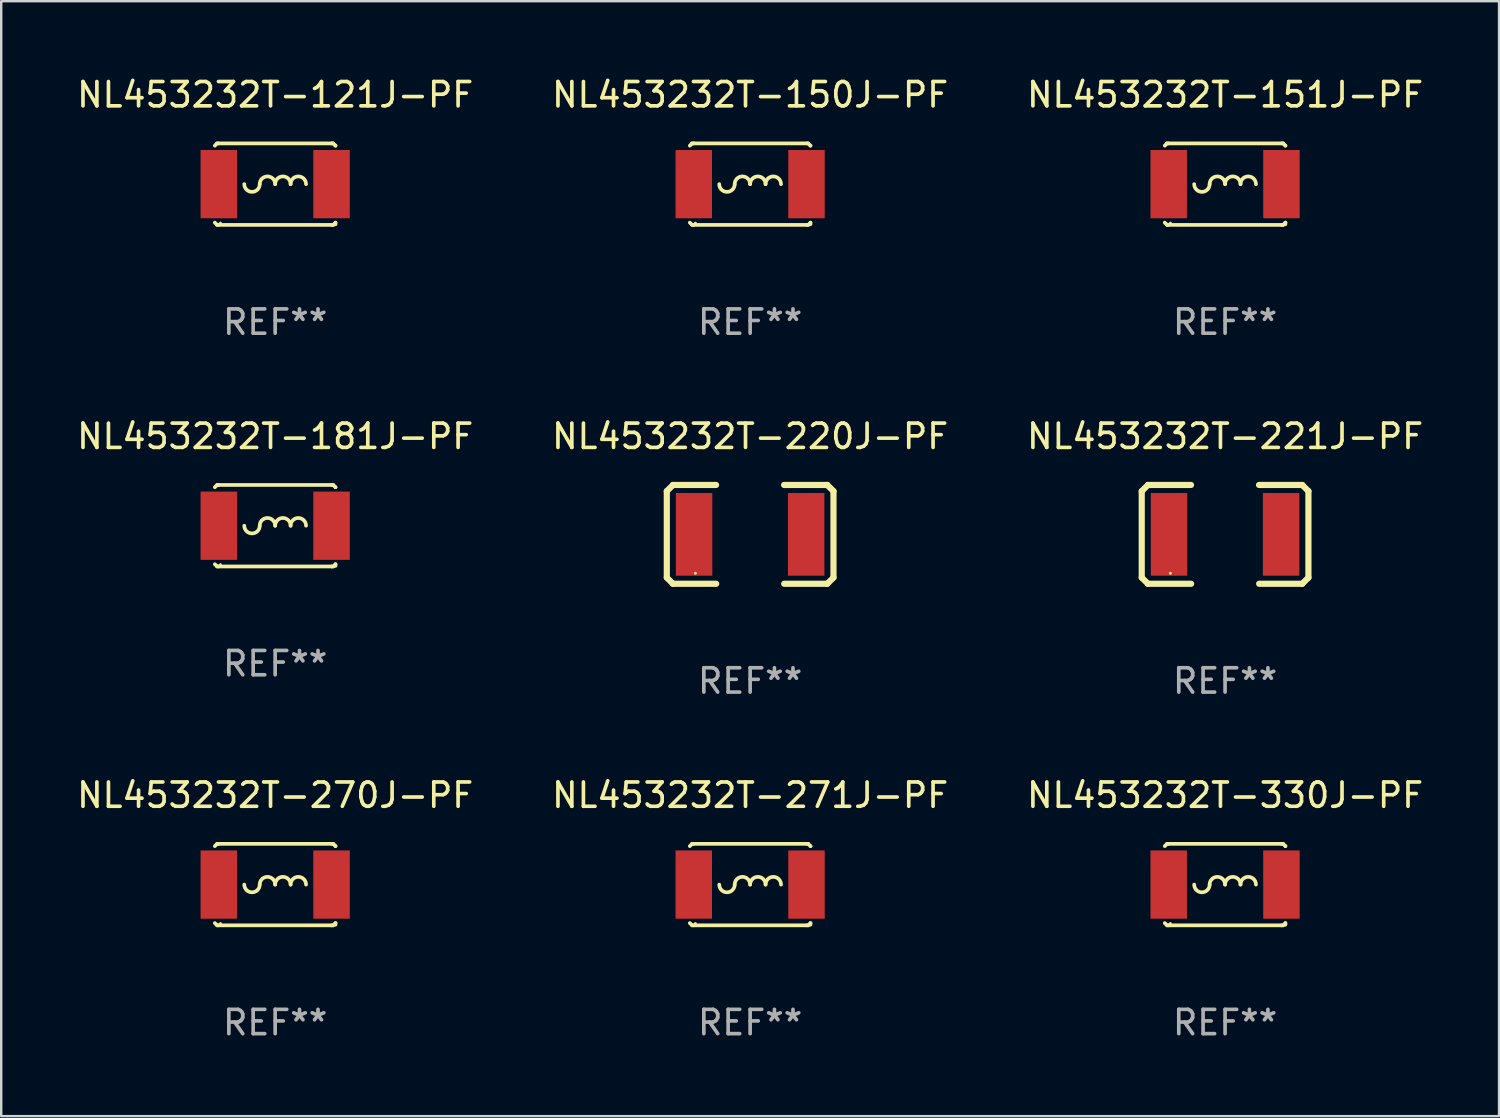
<source format=kicad_pcb>
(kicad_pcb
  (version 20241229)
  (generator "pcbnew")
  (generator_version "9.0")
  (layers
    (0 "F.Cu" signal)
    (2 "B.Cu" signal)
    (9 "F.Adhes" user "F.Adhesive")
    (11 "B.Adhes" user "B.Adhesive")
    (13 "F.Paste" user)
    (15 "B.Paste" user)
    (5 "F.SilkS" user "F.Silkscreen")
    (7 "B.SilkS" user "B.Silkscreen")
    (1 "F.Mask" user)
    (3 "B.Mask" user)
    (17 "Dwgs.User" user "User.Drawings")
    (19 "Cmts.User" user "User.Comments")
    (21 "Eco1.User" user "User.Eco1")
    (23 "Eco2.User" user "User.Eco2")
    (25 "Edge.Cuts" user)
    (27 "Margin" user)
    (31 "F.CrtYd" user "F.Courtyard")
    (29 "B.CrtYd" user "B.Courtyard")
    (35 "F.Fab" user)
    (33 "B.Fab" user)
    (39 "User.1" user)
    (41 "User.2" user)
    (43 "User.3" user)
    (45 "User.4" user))
  (footprint "NL453232T-220J-PF"
    (layer "F.Cu")
    (at 27.804 18.929)
    (property "Reference" "NL453232T-220J-PF" (at 0 -4.032 0) (layer "F.SilkS") (effects (font (size 1 1) (thickness 0.15))))
    (attr through_hole)
    (fp_line (start -3.428 -1.778) (end -3.174 -2.032) (stroke (width 0.254) (type solid)) (layer "F.SilkS"))
    (fp_line (start -3.428 1.778) (end -3.428 -1.778) (stroke (width 0.254) (type solid)) (layer "F.SilkS"))
    (fp_line (start -3.174 -2.032) (end -1.401 -2.032) (stroke (width 0.254) (type solid)) (layer "F.SilkS"))
    (fp_line (start -3.174 2.032) (end -3.428 1.778) (stroke (width 0.254) (type solid)) (layer "F.SilkS"))
    (fp_line (start -1.396 2.032) (end -3.174 2.032) (stroke (width 0.254) (type solid)) (layer "F.SilkS"))
    (fp_line (start 1.396 -2.032) (end 3.174 -2.032) (stroke (width 0.254) (type solid)) (layer "F.SilkS"))
    (fp_line (start 3.174 -2.032) (end 3.428 -1.778) (stroke (width 0.254) (type solid)) (layer "F.SilkS"))
    (fp_line (start 3.174 2.032) (end 1.401 2.032) (stroke (width 0.254) (type solid)) (layer "F.SilkS"))
    (fp_line (start 3.428 -1.778) (end 3.428 1.778) (stroke (width 0.254) (type solid)) (layer "F.SilkS"))
    (fp_line (start 3.428 1.778) (end 3.174 2.032) (stroke (width 0.254) (type solid)) (layer "F.SilkS"))
    (fp_circle (center -2.25 1.6) (end -2.22 1.6) (stroke (width 0.06) (type solid)) (fill no) (layer "F.SilkS"))
    (fp_text user "REF**" (at 0 6.032 0) (layer "F.Fab") (effects (font (size 1 1) (thickness 0.15))))
    (pad "1" smd rect (at -2.305 0) (size 1.5 3.4) (layers "F.Cu" "F.Mask" "F.Paste"))
    (pad "2" smd rect (at 2.305 0) (size 1.5 3.4) (layers "F.Cu" "F.Mask" "F.Paste")))
  (footprint "NL453232T-181J-PF"
    (layer "F.Cu")
    (at 8.268 18.573)
    (property "Reference" "NL453232T-181J-PF" (at 0 -3.676 0) (layer "F.SilkS") (effects (font (size 1 1) (thickness 0.15))))
    (attr through_hole)
    (fp_line (start -2.388 -1.676) (end -2.481 -1.583) (stroke (width 0.152) (type solid)) (layer "F.SilkS"))
    (fp_line (start -2.388 1.676) (end -2.481 1.583) (stroke (width 0.152) (type solid)) (layer "F.SilkS"))
    (fp_line (start -2.326 -1.676) (end -2.388 -1.676) (stroke (width 0.152) (type solid)) (layer "F.SilkS"))
    (fp_line (start -2.326 1.676) (end -2.388 1.676) (stroke (width 0.152) (type solid)) (layer "F.SilkS"))
    (fp_line (start 2.326 -1.676) (end -2.326 -1.676) (stroke (width 0.152) (type solid)) (layer "F.SilkS"))
    (fp_line (start 2.326 -1.676) (end 2.388 -1.676) (stroke (width 0.152) (type solid)) (layer "F.SilkS"))
    (fp_line (start 2.326 1.676) (end -2.326 1.676) (stroke (width 0.152) (type solid)) (layer "F.SilkS"))
    (fp_line (start 2.326 1.676) (end 2.388 1.676) (stroke (width 0.152) (type solid)) (layer "F.SilkS"))
    (fp_line (start 2.388 -1.676) (end 2.481 -1.583) (stroke (width 0.152) (type solid)) (layer "F.SilkS"))
    (fp_line (start 2.388 1.676) (end 2.481 1.583) (stroke (width 0.152) (type solid)) (layer "F.SilkS"))
    (fp_line (start 2.481 -1.583) (end 2.481 -1.584) (stroke (width 0.152) (type solid)) (layer "F.SilkS"))
    (fp_line (start 2.481 1.584) (end 2.481 1.651) (stroke (width 0.152) (type solid)) (layer "F.SilkS"))
    (fp_arc (start -0.636018 0) (mid -0.318009 -0.318009) (end 0 0) (stroke (width 0.151994) (type solid)) (layer "F.SilkS"))
    (fp_arc (start -0.635001 0) (mid -0.95301 0.318009) (end -1.271019 0) (stroke (width 0.151994) (type solid)) (layer "F.SilkS"))
    (fp_arc (start -0.001015 0) (mid 0.316993 -0.318008) (end 0.635001 0) (stroke (width 0.151994) (type solid)) (layer "F.SilkS"))
    (fp_arc (start 0.633985 0) (mid 0.951994 -0.318009) (end 1.270003 0) (stroke (width 0.151994) (type solid)) (layer "F.SilkS"))
    (fp_circle (center -2.25 1.6) (end -2.22 1.6) (stroke (width 0.06) (type solid)) (fill no) (layer "F.SilkS"))
    (fp_text user "REF**" (at 0 5.676 0) (layer "F.Fab") (effects (font (size 1 1) (thickness 0.15))))
    (pad "1" smd rect (at -2.318 0) (size 1.5 2.808) (layers "F.Cu" "F.Mask" "F.Paste"))
    (pad "2" smd rect (at 2.318 0) (size 1.5 2.808) (layers "F.Cu" "F.Mask" "F.Paste")))
  (footprint "NL453232T-271J-PF"
    (layer "F.Cu")
    (at 27.804 33.334)
    (property "Reference" "NL453232T-271J-PF" (at 0 -3.676 0) (layer "F.SilkS") (effects (font (size 1 1) (thickness 0.15))))
    (attr through_hole)
    (fp_line (start -2.388 -1.676) (end -2.481 -1.583) (stroke (width 0.152) (type solid)) (layer "F.SilkS"))
    (fp_line (start -2.388 1.676) (end -2.481 1.583) (stroke (width 0.152) (type solid)) (layer "F.SilkS"))
    (fp_line (start -2.326 -1.676) (end -2.388 -1.676) (stroke (width 0.152) (type solid)) (layer "F.SilkS"))
    (fp_line (start -2.326 1.676) (end -2.388 1.676) (stroke (width 0.152) (type solid)) (layer "F.SilkS"))
    (fp_line (start 2.326 -1.676) (end -2.326 -1.676) (stroke (width 0.152) (type solid)) (layer "F.SilkS"))
    (fp_line (start 2.326 -1.676) (end 2.388 -1.676) (stroke (width 0.152) (type solid)) (layer "F.SilkS"))
    (fp_line (start 2.326 1.676) (end -2.326 1.676) (stroke (width 0.152) (type solid)) (layer "F.SilkS"))
    (fp_line (start 2.326 1.676) (end 2.388 1.676) (stroke (width 0.152) (type solid)) (layer "F.SilkS"))
    (fp_line (start 2.388 -1.676) (end 2.481 -1.583) (stroke (width 0.152) (type solid)) (layer "F.SilkS"))
    (fp_line (start 2.388 1.676) (end 2.481 1.583) (stroke (width 0.152) (type solid)) (layer "F.SilkS"))
    (fp_line (start 2.481 -1.583) (end 2.481 -1.584) (stroke (width 0.152) (type solid)) (layer "F.SilkS"))
    (fp_line (start 2.481 1.584) (end 2.481 1.651) (stroke (width 0.152) (type solid)) (layer "F.SilkS"))
    (fp_arc (start -0.636018 0) (mid -0.318009 -0.318009) (end 0 0) (stroke (width 0.151994) (type solid)) (layer "F.SilkS"))
    (fp_arc (start -0.635001 0) (mid -0.95301 0.318009) (end -1.271019 0) (stroke (width 0.151994) (type solid)) (layer "F.SilkS"))
    (fp_arc (start -0.001015 0) (mid 0.316993 -0.318008) (end 0.635001 0) (stroke (width 0.151994) (type solid)) (layer "F.SilkS"))
    (fp_arc (start 0.633985 0) (mid 0.951994 -0.318009) (end 1.270003 0) (stroke (width 0.151994) (type solid)) (layer "F.SilkS"))
    (fp_circle (center -2.25 1.6) (end -2.22 1.6) (stroke (width 0.06) (type solid)) (fill no) (layer "F.SilkS"))
    (fp_text user "REF**" (at 0 5.676 0) (layer "F.Fab") (effects (font (size 1 1) (thickness 0.15))))
    (pad "1" smd rect (at -2.318 0) (size 1.5 2.808) (layers "F.Cu" "F.Mask" "F.Paste"))
    (pad "2" smd rect (at 2.318 0) (size 1.5 2.808) (layers "F.Cu" "F.Mask" "F.Paste")))
  (footprint "NL453232T-330J-PF"
    (layer "F.Cu")
    (at 47.339 33.334)
    (property "Reference" "NL453232T-330J-PF" (at 0 -3.676 0) (layer "F.SilkS") (effects (font (size 1 1) (thickness 0.15))))
    (attr through_hole)
    (fp_line (start -2.388 -1.676) (end -2.481 -1.583) (stroke (width 0.152) (type solid)) (layer "F.SilkS"))
    (fp_line (start -2.388 1.676) (end -2.481 1.583) (stroke (width 0.152) (type solid)) (layer "F.SilkS"))
    (fp_line (start -2.326 -1.676) (end -2.388 -1.676) (stroke (width 0.152) (type solid)) (layer "F.SilkS"))
    (fp_line (start -2.326 1.676) (end -2.388 1.676) (stroke (width 0.152) (type solid)) (layer "F.SilkS"))
    (fp_line (start 2.326 -1.676) (end -2.326 -1.676) (stroke (width 0.152) (type solid)) (layer "F.SilkS"))
    (fp_line (start 2.326 -1.676) (end 2.388 -1.676) (stroke (width 0.152) (type solid)) (layer "F.SilkS"))
    (fp_line (start 2.326 1.676) (end -2.326 1.676) (stroke (width 0.152) (type solid)) (layer "F.SilkS"))
    (fp_line (start 2.326 1.676) (end 2.388 1.676) (stroke (width 0.152) (type solid)) (layer "F.SilkS"))
    (fp_line (start 2.388 -1.676) (end 2.481 -1.583) (stroke (width 0.152) (type solid)) (layer "F.SilkS"))
    (fp_line (start 2.388 1.676) (end 2.481 1.583) (stroke (width 0.152) (type solid)) (layer "F.SilkS"))
    (fp_line (start 2.481 -1.583) (end 2.481 -1.584) (stroke (width 0.152) (type solid)) (layer "F.SilkS"))
    (fp_line (start 2.481 1.584) (end 2.481 1.651) (stroke (width 0.152) (type solid)) (layer "F.SilkS"))
    (fp_arc (start -0.636018 0) (mid -0.318009 -0.318009) (end 0 0) (stroke (width 0.151994) (type solid)) (layer "F.SilkS"))
    (fp_arc (start -0.635001 0) (mid -0.95301 0.318009) (end -1.271019 0) (stroke (width 0.151994) (type solid)) (layer "F.SilkS"))
    (fp_arc (start -0.001015 0) (mid 0.316993 -0.318008) (end 0.635001 0) (stroke (width 0.151994) (type solid)) (layer "F.SilkS"))
    (fp_arc (start 0.633985 0) (mid 0.951994 -0.318009) (end 1.270003 0) (stroke (width 0.151994) (type solid)) (layer "F.SilkS"))
    (fp_circle (center -2.25 1.6) (end -2.22 1.6) (stroke (width 0.06) (type solid)) (fill no) (layer "F.SilkS"))
    (fp_text user "REF**" (at 0 5.676 0) (layer "F.Fab") (effects (font (size 1 1) (thickness 0.15))))
    (pad "1" smd rect (at -2.318 0) (size 1.5 2.808) (layers "F.Cu" "F.Mask" "F.Paste"))
    (pad "2" smd rect (at 2.318 0) (size 1.5 2.808) (layers "F.Cu" "F.Mask" "F.Paste")))
  (footprint "NL453232T-121J-PF"
    (layer "F.Cu")
    (at 8.268 4.524)
    (property "Reference" "NL453232T-121J-PF" (at 0 -3.676 0) (layer "F.SilkS") (effects (font (size 1 1) (thickness 0.15))))
    (attr through_hole)
    (fp_line (start -2.388 -1.676) (end -2.481 -1.583) (stroke (width 0.152) (type solid)) (layer "F.SilkS"))
    (fp_line (start -2.388 1.676) (end -2.481 1.583) (stroke (width 0.152) (type solid)) (layer "F.SilkS"))
    (fp_line (start -2.326 -1.676) (end -2.388 -1.676) (stroke (width 0.152) (type solid)) (layer "F.SilkS"))
    (fp_line (start -2.326 1.676) (end -2.388 1.676) (stroke (width 0.152) (type solid)) (layer "F.SilkS"))
    (fp_line (start 2.326 -1.676) (end -2.326 -1.676) (stroke (width 0.152) (type solid)) (layer "F.SilkS"))
    (fp_line (start 2.326 -1.676) (end 2.388 -1.676) (stroke (width 0.152) (type solid)) (layer "F.SilkS"))
    (fp_line (start 2.326 1.676) (end -2.326 1.676) (stroke (width 0.152) (type solid)) (layer "F.SilkS"))
    (fp_line (start 2.326 1.676) (end 2.388 1.676) (stroke (width 0.152) (type solid)) (layer "F.SilkS"))
    (fp_line (start 2.388 -1.676) (end 2.481 -1.583) (stroke (width 0.152) (type solid)) (layer "F.SilkS"))
    (fp_line (start 2.388 1.676) (end 2.481 1.583) (stroke (width 0.152) (type solid)) (layer "F.SilkS"))
    (fp_line (start 2.481 -1.583) (end 2.481 -1.584) (stroke (width 0.152) (type solid)) (layer "F.SilkS"))
    (fp_line (start 2.481 1.584) (end 2.481 1.651) (stroke (width 0.152) (type solid)) (layer "F.SilkS"))
    (fp_arc (start -0.636018 0) (mid -0.318009 -0.318009) (end 0 0) (stroke (width 0.151994) (type solid)) (layer "F.SilkS"))
    (fp_arc (start -0.635001 0) (mid -0.95301 0.318009) (end -1.271019 0) (stroke (width 0.151994) (type solid)) (layer "F.SilkS"))
    (fp_arc (start -0.001015 0) (mid 0.316993 -0.318008) (end 0.635001 0) (stroke (width 0.151994) (type solid)) (layer "F.SilkS"))
    (fp_arc (start 0.633985 0) (mid 0.951994 -0.318009) (end 1.270003 0) (stroke (width 0.151994) (type solid)) (layer "F.SilkS"))
    (fp_circle (center -2.25 1.6) (end -2.22 1.6) (stroke (width 0.06) (type solid)) (fill no) (layer "F.SilkS"))
    (fp_text user "REF**" (at 0 5.676 0) (layer "F.Fab") (effects (font (size 1 1) (thickness 0.15))))
    (pad "1" smd rect (at -2.318 0) (size 1.5 2.808) (layers "F.Cu" "F.Mask" "F.Paste"))
    (pad "2" smd rect (at 2.318 0) (size 1.5 2.808) (layers "F.Cu" "F.Mask" "F.Paste")))
  (footprint "NL453232T-221J-PF"
    (layer "F.Cu")
    (at 47.339 18.929)
    (property "Reference" "NL453232T-221J-PF" (at 0 -4.032 0) (layer "F.SilkS") (effects (font (size 1 1) (thickness 0.15))))
    (attr through_hole)
    (fp_line (start -3.428 -1.778) (end -3.174 -2.032) (stroke (width 0.254) (type solid)) (layer "F.SilkS"))
    (fp_line (start -3.428 1.778) (end -3.428 -1.778) (stroke (width 0.254) (type solid)) (layer "F.SilkS"))
    (fp_line (start -3.174 -2.032) (end -1.401 -2.032) (stroke (width 0.254) (type solid)) (layer "F.SilkS"))
    (fp_line (start -3.174 2.032) (end -3.428 1.778) (stroke (width 0.254) (type solid)) (layer "F.SilkS"))
    (fp_line (start -1.396 2.032) (end -3.174 2.032) (stroke (width 0.254) (type solid)) (layer "F.SilkS"))
    (fp_line (start 1.396 -2.032) (end 3.174 -2.032) (stroke (width 0.254) (type solid)) (layer "F.SilkS"))
    (fp_line (start 3.174 -2.032) (end 3.428 -1.778) (stroke (width 0.254) (type solid)) (layer "F.SilkS"))
    (fp_line (start 3.174 2.032) (end 1.401 2.032) (stroke (width 0.254) (type solid)) (layer "F.SilkS"))
    (fp_line (start 3.428 -1.778) (end 3.428 1.778) (stroke (width 0.254) (type solid)) (layer "F.SilkS"))
    (fp_line (start 3.428 1.778) (end 3.174 2.032) (stroke (width 0.254) (type solid)) (layer "F.SilkS"))
    (fp_circle (center -2.25 1.6) (end -2.22 1.6) (stroke (width 0.06) (type solid)) (fill no) (layer "F.SilkS"))
    (fp_text user "REF**" (at 0 6.032 0) (layer "F.Fab") (effects (font (size 1 1) (thickness 0.15))))
    (pad "1" smd rect (at -2.305 0) (size 1.5 3.4) (layers "F.Cu" "F.Mask" "F.Paste"))
    (pad "2" smd rect (at 2.305 0) (size 1.5 3.4) (layers "F.Cu" "F.Mask" "F.Paste")))
  (footprint "NL453232T-150J-PF"
    (layer "F.Cu")
    (at 27.804 4.524)
    (property "Reference" "NL453232T-150J-PF" (at 0 -3.676 0) (layer "F.SilkS") (effects (font (size 1 1) (thickness 0.15))))
    (attr through_hole)
    (fp_line (start -2.388 -1.676) (end -2.481 -1.583) (stroke (width 0.152) (type solid)) (layer "F.SilkS"))
    (fp_line (start -2.388 1.676) (end -2.481 1.583) (stroke (width 0.152) (type solid)) (layer "F.SilkS"))
    (fp_line (start -2.326 -1.676) (end -2.388 -1.676) (stroke (width 0.152) (type solid)) (layer "F.SilkS"))
    (fp_line (start -2.326 1.676) (end -2.388 1.676) (stroke (width 0.152) (type solid)) (layer "F.SilkS"))
    (fp_line (start 2.326 -1.676) (end -2.326 -1.676) (stroke (width 0.152) (type solid)) (layer "F.SilkS"))
    (fp_line (start 2.326 -1.676) (end 2.388 -1.676) (stroke (width 0.152) (type solid)) (layer "F.SilkS"))
    (fp_line (start 2.326 1.676) (end -2.326 1.676) (stroke (width 0.152) (type solid)) (layer "F.SilkS"))
    (fp_line (start 2.326 1.676) (end 2.388 1.676) (stroke (width 0.152) (type solid)) (layer "F.SilkS"))
    (fp_line (start 2.388 -1.676) (end 2.481 -1.583) (stroke (width 0.152) (type solid)) (layer "F.SilkS"))
    (fp_line (start 2.388 1.676) (end 2.481 1.583) (stroke (width 0.152) (type solid)) (layer "F.SilkS"))
    (fp_line (start 2.481 -1.583) (end 2.481 -1.584) (stroke (width 0.152) (type solid)) (layer "F.SilkS"))
    (fp_line (start 2.481 1.584) (end 2.481 1.651) (stroke (width 0.152) (type solid)) (layer "F.SilkS"))
    (fp_arc (start -0.636018 0) (mid -0.318009 -0.318009) (end 0 0) (stroke (width 0.151994) (type solid)) (layer "F.SilkS"))
    (fp_arc (start -0.635001 0) (mid -0.95301 0.318009) (end -1.271019 0) (stroke (width 0.151994) (type solid)) (layer "F.SilkS"))
    (fp_arc (start -0.001015 0) (mid 0.316993 -0.318008) (end 0.635001 0) (stroke (width 0.151994) (type solid)) (layer "F.SilkS"))
    (fp_arc (start 0.633985 0) (mid 0.951994 -0.318009) (end 1.270003 0) (stroke (width 0.151994) (type solid)) (layer "F.SilkS"))
    (fp_circle (center -2.25 1.6) (end -2.22 1.6) (stroke (width 0.06) (type solid)) (fill no) (layer "F.SilkS"))
    (fp_text user "REF**" (at 0 5.676 0) (layer "F.Fab") (effects (font (size 1 1) (thickness 0.15))))
    (pad "1" smd rect (at -2.318 0) (size 1.5 2.808) (layers "F.Cu" "F.Mask" "F.Paste"))
    (pad "2" smd rect (at 2.318 0) (size 1.5 2.808) (layers "F.Cu" "F.Mask" "F.Paste")))
  (footprint "NL453232T-151J-PF"
    (layer "F.Cu")
    (at 47.339 4.524)
    (property "Reference" "NL453232T-151J-PF" (at 0 -3.676 0) (layer "F.SilkS") (effects (font (size 1 1) (thickness 0.15))))
    (attr through_hole)
    (fp_line (start -2.388 -1.676) (end -2.481 -1.583) (stroke (width 0.152) (type solid)) (layer "F.SilkS"))
    (fp_line (start -2.388 1.676) (end -2.481 1.583) (stroke (width 0.152) (type solid)) (layer "F.SilkS"))
    (fp_line (start -2.326 -1.676) (end -2.388 -1.676) (stroke (width 0.152) (type solid)) (layer "F.SilkS"))
    (fp_line (start -2.326 1.676) (end -2.388 1.676) (stroke (width 0.152) (type solid)) (layer "F.SilkS"))
    (fp_line (start 2.326 -1.676) (end -2.326 -1.676) (stroke (width 0.152) (type solid)) (layer "F.SilkS"))
    (fp_line (start 2.326 -1.676) (end 2.388 -1.676) (stroke (width 0.152) (type solid)) (layer "F.SilkS"))
    (fp_line (start 2.326 1.676) (end -2.326 1.676) (stroke (width 0.152) (type solid)) (layer "F.SilkS"))
    (fp_line (start 2.326 1.676) (end 2.388 1.676) (stroke (width 0.152) (type solid)) (layer "F.SilkS"))
    (fp_line (start 2.388 -1.676) (end 2.481 -1.583) (stroke (width 0.152) (type solid)) (layer "F.SilkS"))
    (fp_line (start 2.388 1.676) (end 2.481 1.583) (stroke (width 0.152) (type solid)) (layer "F.SilkS"))
    (fp_line (start 2.481 -1.583) (end 2.481 -1.584) (stroke (width 0.152) (type solid)) (layer "F.SilkS"))
    (fp_line (start 2.481 1.584) (end 2.481 1.651) (stroke (width 0.152) (type solid)) (layer "F.SilkS"))
    (fp_arc (start -0.636018 0) (mid -0.318009 -0.318009) (end 0 0) (stroke (width 0.151994) (type solid)) (layer "F.SilkS"))
    (fp_arc (start -0.635001 0) (mid -0.95301 0.318009) (end -1.271019 0) (stroke (width 0.151994) (type solid)) (layer "F.SilkS"))
    (fp_arc (start -0.001015 0) (mid 0.316993 -0.318008) (end 0.635001 0) (stroke (width 0.151994) (type solid)) (layer "F.SilkS"))
    (fp_arc (start 0.633985 0) (mid 0.951994 -0.318009) (end 1.270003 0) (stroke (width 0.151994) (type solid)) (layer "F.SilkS"))
    (fp_circle (center -2.25 1.6) (end -2.22 1.6) (stroke (width 0.06) (type solid)) (fill no) (layer "F.SilkS"))
    (fp_text user "REF**" (at 0 5.676 0) (layer "F.Fab") (effects (font (size 1 1) (thickness 0.15))))
    (pad "1" smd rect (at -2.318 0) (size 1.5 2.808) (layers "F.Cu" "F.Mask" "F.Paste"))
    (pad "2" smd rect (at 2.318 0) (size 1.5 2.808) (layers "F.Cu" "F.Mask" "F.Paste")))
  (footprint "NL453232T-270J-PF"
    (layer "F.Cu")
    (at 8.268 33.334)
    (property "Reference" "NL453232T-270J-PF" (at 0 -3.676 0) (layer "F.SilkS") (effects (font (size 1 1) (thickness 0.15))))
    (attr through_hole)
    (fp_line (start -2.388 -1.676) (end -2.481 -1.583) (stroke (width 0.152) (type solid)) (layer "F.SilkS"))
    (fp_line (start -2.388 1.676) (end -2.481 1.583) (stroke (width 0.152) (type solid)) (layer "F.SilkS"))
    (fp_line (start -2.326 -1.676) (end -2.388 -1.676) (stroke (width 0.152) (type solid)) (layer "F.SilkS"))
    (fp_line (start -2.326 1.676) (end -2.388 1.676) (stroke (width 0.152) (type solid)) (layer "F.SilkS"))
    (fp_line (start 2.326 -1.676) (end -2.326 -1.676) (stroke (width 0.152) (type solid)) (layer "F.SilkS"))
    (fp_line (start 2.326 -1.676) (end 2.388 -1.676) (stroke (width 0.152) (type solid)) (layer "F.SilkS"))
    (fp_line (start 2.326 1.676) (end -2.326 1.676) (stroke (width 0.152) (type solid)) (layer "F.SilkS"))
    (fp_line (start 2.326 1.676) (end 2.388 1.676) (stroke (width 0.152) (type solid)) (layer "F.SilkS"))
    (fp_line (start 2.388 -1.676) (end 2.481 -1.583) (stroke (width 0.152) (type solid)) (layer "F.SilkS"))
    (fp_line (start 2.388 1.676) (end 2.481 1.583) (stroke (width 0.152) (type solid)) (layer "F.SilkS"))
    (fp_line (start 2.481 -1.583) (end 2.481 -1.584) (stroke (width 0.152) (type solid)) (layer "F.SilkS"))
    (fp_line (start 2.481 1.584) (end 2.481 1.651) (stroke (width 0.152) (type solid)) (layer "F.SilkS"))
    (fp_arc (start -0.636018 0) (mid -0.318009 -0.318009) (end 0 0) (stroke (width 0.151994) (type solid)) (layer "F.SilkS"))
    (fp_arc (start -0.635001 0) (mid -0.95301 0.318009) (end -1.271019 0) (stroke (width 0.151994) (type solid)) (layer "F.SilkS"))
    (fp_arc (start -0.001015 0) (mid 0.316993 -0.318008) (end 0.635001 0) (stroke (width 0.151994) (type solid)) (layer "F.SilkS"))
    (fp_arc (start 0.633985 0) (mid 0.951994 -0.318009) (end 1.270003 0) (stroke (width 0.151994) (type solid)) (layer "F.SilkS"))
    (fp_circle (center -2.25 1.6) (end -2.22 1.6) (stroke (width 0.06) (type solid)) (fill no) (layer "F.SilkS"))
    (fp_text user "REF**" (at 0 5.676 0) (layer "F.Fab") (effects (font (size 1 1) (thickness 0.15))))
    (pad "1" smd rect (at -2.318 0) (size 1.5 2.808) (layers "F.Cu" "F.Mask" "F.Paste"))
    (pad "2" smd rect (at 2.318 0) (size 1.5 2.808) (layers "F.Cu" "F.Mask" "F.Paste")))
  (gr_rect
    (start -3 -3)
    (end 58.607 42.858)
    (stroke (width 0.1) (type default))
    (fill no)
    (layer "Edge.Cuts")))
</source>
